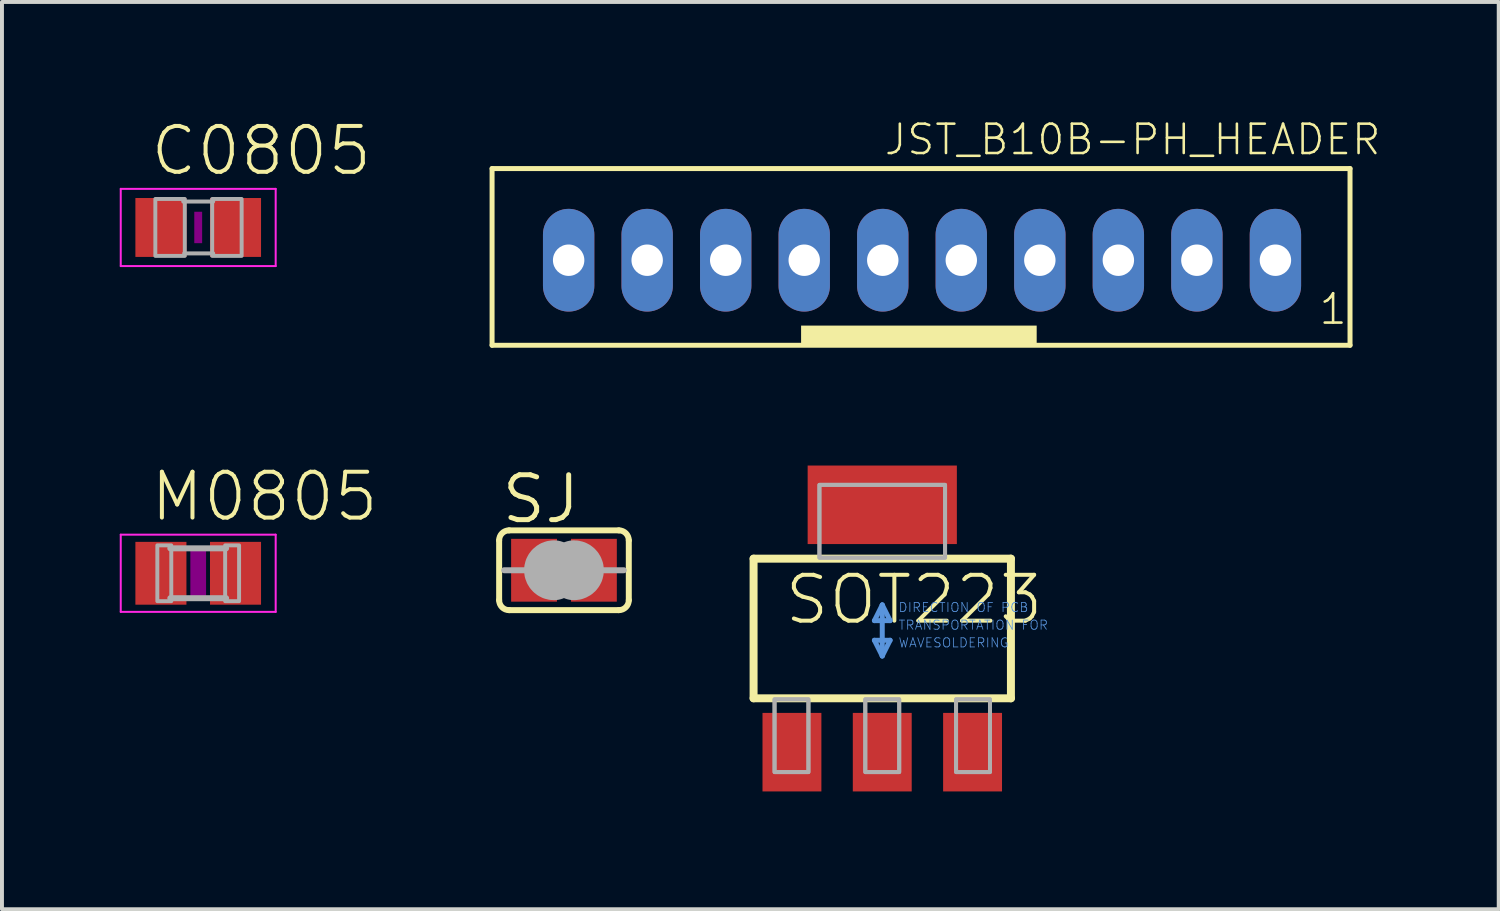
<source format=kicad_pcb>
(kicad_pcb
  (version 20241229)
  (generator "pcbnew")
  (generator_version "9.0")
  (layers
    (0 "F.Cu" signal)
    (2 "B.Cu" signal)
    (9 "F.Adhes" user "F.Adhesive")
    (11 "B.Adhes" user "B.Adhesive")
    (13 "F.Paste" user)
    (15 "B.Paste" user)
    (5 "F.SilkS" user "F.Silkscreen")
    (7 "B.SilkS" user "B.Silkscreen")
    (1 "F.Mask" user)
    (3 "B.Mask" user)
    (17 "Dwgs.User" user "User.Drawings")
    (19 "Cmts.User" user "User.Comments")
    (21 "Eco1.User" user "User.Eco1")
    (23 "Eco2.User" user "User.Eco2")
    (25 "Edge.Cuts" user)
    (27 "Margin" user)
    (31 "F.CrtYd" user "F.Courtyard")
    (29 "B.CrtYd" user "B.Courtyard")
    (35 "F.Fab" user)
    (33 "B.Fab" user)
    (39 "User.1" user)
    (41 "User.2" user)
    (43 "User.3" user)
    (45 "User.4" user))
  (footprint "JST_B10B-PH_HEADER"
    (layer "F.Cu")
    (at 25.432 3.625)
    (property "Reference" "JST_B10B-PH_HEADER" (at -6 -2.683 0) (layer "F.SilkS") (effects (font (size 0.748 0.748) (thickness 0.065)) (justify left bottom)))
    (fp_line (start -15.95 -2.382) (end 5.9 -2.382) (stroke (width 0.127) (type solid)) (layer "F.SilkS"))
    (fp_line (start -15.95 2.118) (end -15.95 -2.382) (stroke (width 0.127) (type solid)) (layer "F.SilkS"))
    (fp_line (start 5.9 -2.382) (end 5.9 2.118) (stroke (width 0.127) (type solid)) (layer "F.SilkS"))
    (fp_line (start 5.9 2.118) (end -15.95 2.118) (stroke (width 0.127) (type solid)) (layer "F.SilkS"))
    (fp_poly (pts (xy -8.08 2.118) (xy -2.08 2.118) (xy -2.08 1.617) (xy -8.08 1.617)) (stroke (width 0) (type solid)) (fill yes) (layer "F.SilkS"))
    (fp_text user "1" (at 5.07 1.635 0) (layer "F.SilkS") (effects (font (size 0.748 0.748) (thickness 0.065)) (justify left bottom)))
    (pad "P1" thru_hole oval (at 4 -0.048 90) (size 2.616 1.308) (drill 0.8) (layers "*.Cu" "*.Mask"))
    (pad "P2" thru_hole oval (at 2 -0.048 90) (size 2.616 1.308) (drill 0.8) (layers "*.Cu" "*.Mask"))
    (pad "P3" thru_hole oval (at 0 -0.048 90) (size 2.616 1.308) (drill 0.8) (layers "*.Cu" "*.Mask"))
    (pad "P4" thru_hole oval (at -2 -0.048 90) (size 2.616 1.308) (drill 0.8) (layers "*.Cu" "*.Mask"))
    (pad "P5" thru_hole oval (at -4 -0.048 90) (size 2.616 1.308) (drill 0.8) (layers "*.Cu" "*.Mask"))
    (pad "P6" thru_hole oval (at -6 -0.048 90) (size 2.616 1.308) (drill 0.8) (layers "*.Cu" "*.Mask"))
    (pad "P7" thru_hole oval (at -8 -0.048 90) (size 2.616 1.308) (drill 0.8) (layers "*.Cu" "*.Mask"))
    (pad "P8" thru_hole oval (at -10 -0.048 90) (size 2.616 1.308) (drill 0.8) (layers "*.Cu" "*.Mask"))
    (pad "P9" thru_hole oval (at -12 -0.048 90) (size 2.616 1.308) (drill 0.8) (layers "*.Cu" "*.Mask"))
    (pad "P10" thru_hole oval (at -14 -0.048 90) (size 2.616 1.308) (drill 0.8) (layers "*.Cu" "*.Mask")))
  (footprint "C0805"
    (layer "F.Cu")
    (at 1.998 2.743)
    (property "Reference" "C0805" (at -1.27 -1.27 0) (layer "F.SilkS") (effects (font (size 1.168 1.168) (thickness 0.102)) (justify left bottom)))
    (fp_poly (pts (xy -0.1 0.4) (xy 0.1 0.4) (xy 0.1 -0.4) (xy -0.1 -0.4)) (stroke (width 0) (type solid)) (fill yes) (layer "F.Adhes"))
    (fp_line (start -1.973 -0.983) (end 1.973 -0.983) (stroke (width 0.051) (type solid)) (layer "F.CrtYd"))
    (fp_line (start -1.973 0.983) (end -1.973 -0.983) (stroke (width 0.051) (type solid)) (layer "F.CrtYd"))
    (fp_line (start 1.973 -0.983) (end 1.973 0.983) (stroke (width 0.051) (type solid)) (layer "F.CrtYd"))
    (fp_line (start 1.973 0.983) (end -1.973 0.983) (stroke (width 0.051) (type solid)) (layer "F.CrtYd"))
    (fp_line (start -0.381 -0.66) (end 0.381 -0.66) (stroke (width 0.102) (type solid)) (layer "F.Fab"))
    (fp_line (start -0.356 0.66) (end 0.381 0.66) (stroke (width 0.102) (type solid)) (layer "F.Fab"))
    (fp_poly (pts (xy -1.092 0.724) (xy -0.342 0.724) (xy -0.342 -0.726) (xy -1.092 -0.726)) (stroke (width 0.1) (type solid)) (fill no) (layer "F.Fab"))
    (fp_poly (pts (xy 0.356 0.724) (xy 1.106 0.724) (xy 1.106 -0.726) (xy 0.356 -0.726)) (stroke (width 0.1) (type solid)) (fill no) (layer "F.Fab"))
    (pad "1" smd rect (at -0.95 0) (size 1.3 1.5) (layers "F.Cu" "F.Mask" "F.Paste"))
    (pad "2" smd rect (at 0.95 0) (size 1.3 1.5) (layers "F.Cu" "F.Mask" "F.Paste")))
  (footprint "SOT223"
    (layer "F.Cu")
    (at 19.419 12.956)
    (property "Reference" "SOT223" (at -2.54 -0.051 0) (layer "F.SilkS") (effects (font (size 1.168 1.168) (thickness 0.102)) (justify left bottom)))
    (fp_line (start -3.277 -1.778) (end 3.277 -1.778) (stroke (width 0.203) (type solid)) (layer "F.SilkS"))
    (fp_line (start -3.277 1.778) (end -3.277 -1.778) (stroke (width 0.203) (type solid)) (layer "F.SilkS"))
    (fp_line (start 3.277 -1.778) (end 3.277 1.778) (stroke (width 0.203) (type solid)) (layer "F.SilkS"))
    (fp_line (start 3.277 1.778) (end -3.277 1.778) (stroke (width 0.203) (type solid)) (layer "F.SilkS"))
    (fp_line (start -0.2 -0.2) (end 0.2 -0.2) (stroke (width 0.127) (type solid)) (layer "Cmts.User"))
    (fp_line (start -0.2 0.3) (end 0 0.7) (stroke (width 0.127) (type solid)) (layer "Cmts.User"))
    (fp_line (start 0 -0.6) (end -0.2 -0.2) (stroke (width 0.127) (type solid)) (layer "Cmts.User"))
    (fp_line (start 0 0.7) (end 0 -0.6) (stroke (width 0.127) (type solid)) (layer "Cmts.User"))
    (fp_line (start 0 0.7) (end 0.2 0.3) (stroke (width 0.127) (type solid)) (layer "Cmts.User"))
    (fp_line (start 0.2 -0.2) (end 0 -0.6) (stroke (width 0.127) (type solid)) (layer "Cmts.User"))
    (fp_line (start 0.2 0.3) (end -0.2 0.3) (stroke (width 0.127) (type solid)) (layer "Cmts.User"))
    (fp_poly (pts (xy -2.743 1.803) (xy -2.743 3.658) (xy -1.88 3.658) (xy -1.88 1.803)) (stroke (width 0.1) (type solid)) (fill no) (layer "F.Fab"))
    (fp_poly (pts (xy -2.743 1.803) (xy -2.743 3.658) (xy -1.88 3.658) (xy -1.88 1.803)) (stroke (width 0.1) (type solid)) (fill no) (layer "F.Fab"))
    (fp_poly (pts (xy -1.6 -3.658) (xy -1.6 -1.803) (xy 1.6 -1.803) (xy 1.6 -3.658)) (stroke (width 0.1) (type solid)) (fill no) (layer "F.Fab"))
    (fp_poly (pts (xy -1.6 -3.658) (xy -1.6 -1.803) (xy 1.6 -1.803) (xy 1.6 -3.658)) (stroke (width 0.1) (type solid)) (fill no) (layer "F.Fab"))
    (fp_poly (pts (xy -0.432 1.803) (xy -0.432 3.658) (xy 0.432 3.658) (xy 0.432 1.803)) (stroke (width 0.1) (type solid)) (fill no) (layer "F.Fab"))
    (fp_poly (pts (xy -0.432 1.803) (xy -0.432 3.658) (xy 0.432 3.658) (xy 0.432 1.803)) (stroke (width 0.1) (type solid)) (fill no) (layer "F.Fab"))
    (fp_poly (pts (xy 1.88 1.803) (xy 1.88 3.658) (xy 2.743 3.658) (xy 2.743 1.803)) (stroke (width 0.1) (type solid)) (fill no) (layer "F.Fab"))
    (fp_poly (pts (xy 1.88 1.803) (xy 1.88 3.658) (xy 2.743 3.658) (xy 2.743 1.803)) (stroke (width 0.1) (type solid)) (fill no) (layer "F.Fab"))
    (fp_text user "TRANSPORTATION FOR" (at 0.4 0.05 0) (layer "Cmts.User") (effects (font (size 0.234 0.234) (thickness 0.02)) (justify left bottom)))
    (fp_text user "DIRECTION OF PCB" (at 0.4 -0.4 0) (layer "Cmts.User") (effects (font (size 0.234 0.234) (thickness 0.02)) (justify left bottom)))
    (fp_text user "WAVESOLDERING" (at 0.4 0.5 0) (layer "Cmts.User") (effects (font (size 0.234 0.234) (thickness 0.02)) (justify left bottom)))
    (pad "1" smd rect (at -2.3 3.15) (size 1.5 2) (layers "F.Cu" "F.Mask" "F.Paste"))
    (pad "2" smd rect (at 0 3.15) (size 1.5 2) (layers "F.Cu" "F.Mask" "F.Paste"))
    (pad "3" smd rect (at 2.3 3.15) (size 1.5 2) (layers "F.Cu" "F.Mask" "F.Paste"))
    (pad "4" smd rect (at 0 -3.15) (size 3.8 2) (layers "F.Cu" "F.Mask" "F.Paste")))
  (footprint "M0805"
    (layer "F.Cu")
    (at 1.998 11.55)
    (property "Reference" "M0805" (at -1.27 -1.27 0) (layer "F.SilkS") (effects (font (size 1.168 1.168) (thickness 0.102)) (justify left bottom)))
    (fp_poly (pts (xy -0.2 0.6) (xy 0.2 0.6) (xy 0.2 -0.6) (xy -0.2 -0.6)) (stroke (width 0) (type solid)) (fill yes) (layer "F.Adhes"))
    (fp_line (start -1.973 -0.983) (end 1.973 -0.983) (stroke (width 0.051) (type solid)) (layer "F.CrtYd"))
    (fp_line (start -1.973 0.983) (end -1.973 -0.983) (stroke (width 0.051) (type solid)) (layer "F.CrtYd"))
    (fp_line (start 1.973 -0.983) (end 1.973 0.983) (stroke (width 0.051) (type solid)) (layer "F.CrtYd"))
    (fp_line (start 1.973 0.983) (end -1.973 0.983) (stroke (width 0.051) (type solid)) (layer "F.CrtYd"))
    (fp_line (start 0.711 -0.635) (end -0.711 -0.635) (stroke (width 0.152) (type solid)) (layer "F.Fab"))
    (fp_line (start 0.711 0.635) (end -0.711 0.635) (stroke (width 0.152) (type solid)) (layer "F.Fab"))
    (fp_poly (pts (xy -1.041 0.711) (xy -0.686 0.711) (xy -0.686 -0.711) (xy -1.041 -0.711)) (stroke (width 0.1) (type solid)) (fill no) (layer "F.Fab"))
    (fp_poly (pts (xy 0.686 0.711) (xy 1.041 0.711) (xy 1.041 -0.711) (xy 0.686 -0.711)) (stroke (width 0.1) (type solid)) (fill no) (layer "F.Fab"))
    (pad "1" smd rect (at -0.95 0) (size 1.3 1.6) (layers "F.Cu" "F.Mask" "F.Paste"))
    (pad "2" smd rect (at 0.95 0) (size 1.3 1.6) (layers "F.Cu" "F.Mask" "F.Paste")))
  (footprint "SJ"
    (layer "F.Cu")
    (at 11.313 11.473)
    (property "Reference" "SJ" (at -1.651 -1.143 0) (layer "F.SilkS") (effects (font (size 1.143 1.143) (thickness 0.127)) (justify left bottom)))
    (fp_poly (pts (xy -0.076 0.914) (xy 0.076 0.914) (xy 0.076 -0.914) (xy -0.076 -0.914)) (stroke (width 0) (type solid)) (fill yes) (layer "F.Mask"))
    (fp_line (start -1.651 0.762) (end -1.651 -0.762) (stroke (width 0.152) (type solid)) (layer "F.SilkS"))
    (fp_line (start -1.397 -1.016) (end 1.397 -1.016) (stroke (width 0.152) (type solid)) (layer "F.SilkS"))
    (fp_line (start 1.397 1.016) (end -1.397 1.016) (stroke (width 0.152) (type solid)) (layer "F.SilkS"))
    (fp_line (start 1.651 0.762) (end 1.651 -0.762) (stroke (width 0.152) (type solid)) (layer "F.SilkS"))
    (fp_arc (start -1.651 -0.762) (mid -1.576605 -0.941605) (end -1.397 -1.016) (stroke (width 0.1524) (type solid)) (layer "F.SilkS"))
    (fp_arc (start -1.397 1.016) (mid -1.576605 0.941605) (end -1.651 0.762) (stroke (width 0.1524) (type solid)) (layer "F.SilkS"))
    (fp_arc (start 1.397 -1.016) (mid 1.576605 -0.941605) (end 1.651 -0.762) (stroke (width 0.1524) (type solid)) (layer "F.SilkS"))
    (fp_arc (start 1.651 0.762) (mid 1.576605 0.941605) (end 1.397 1.016) (stroke (width 0.1524) (type solid)) (layer "F.SilkS"))
    (fp_line (start -1.016 0) (end -1.524 0) (stroke (width 0.152) (type solid)) (layer "F.Fab"))
    (fp_line (start 1.016 0) (end 1.524 0) (stroke (width 0.152) (type solid)) (layer "F.Fab"))
    (fp_arc (start -0.254 0.127) (mid -0.381 0) (end -0.254 -0.127) (stroke (width 1.27) (type solid)) (layer "F.Fab"))
    (fp_arc (start 0.254 -0.127) (mid 0.381 0) (end 0.254 0.127) (stroke (width 1.27) (type solid)) (layer "F.Fab"))
    (pad "1" smd rect (at -0.762 0) (size 1.168 1.6) (layers "F.Cu" "F.Mask" "F.Paste"))
    (pad "2" smd rect (at 0.762 0) (size 1.168 1.6) (layers "F.Cu" "F.Mask" "F.Paste")))
  (gr_rect
    (start -3 -3)
    (end 35.119 20.106)
    (stroke (width 0.1) (type default))
    (fill no)
    (layer "Edge.Cuts")))
</source>
